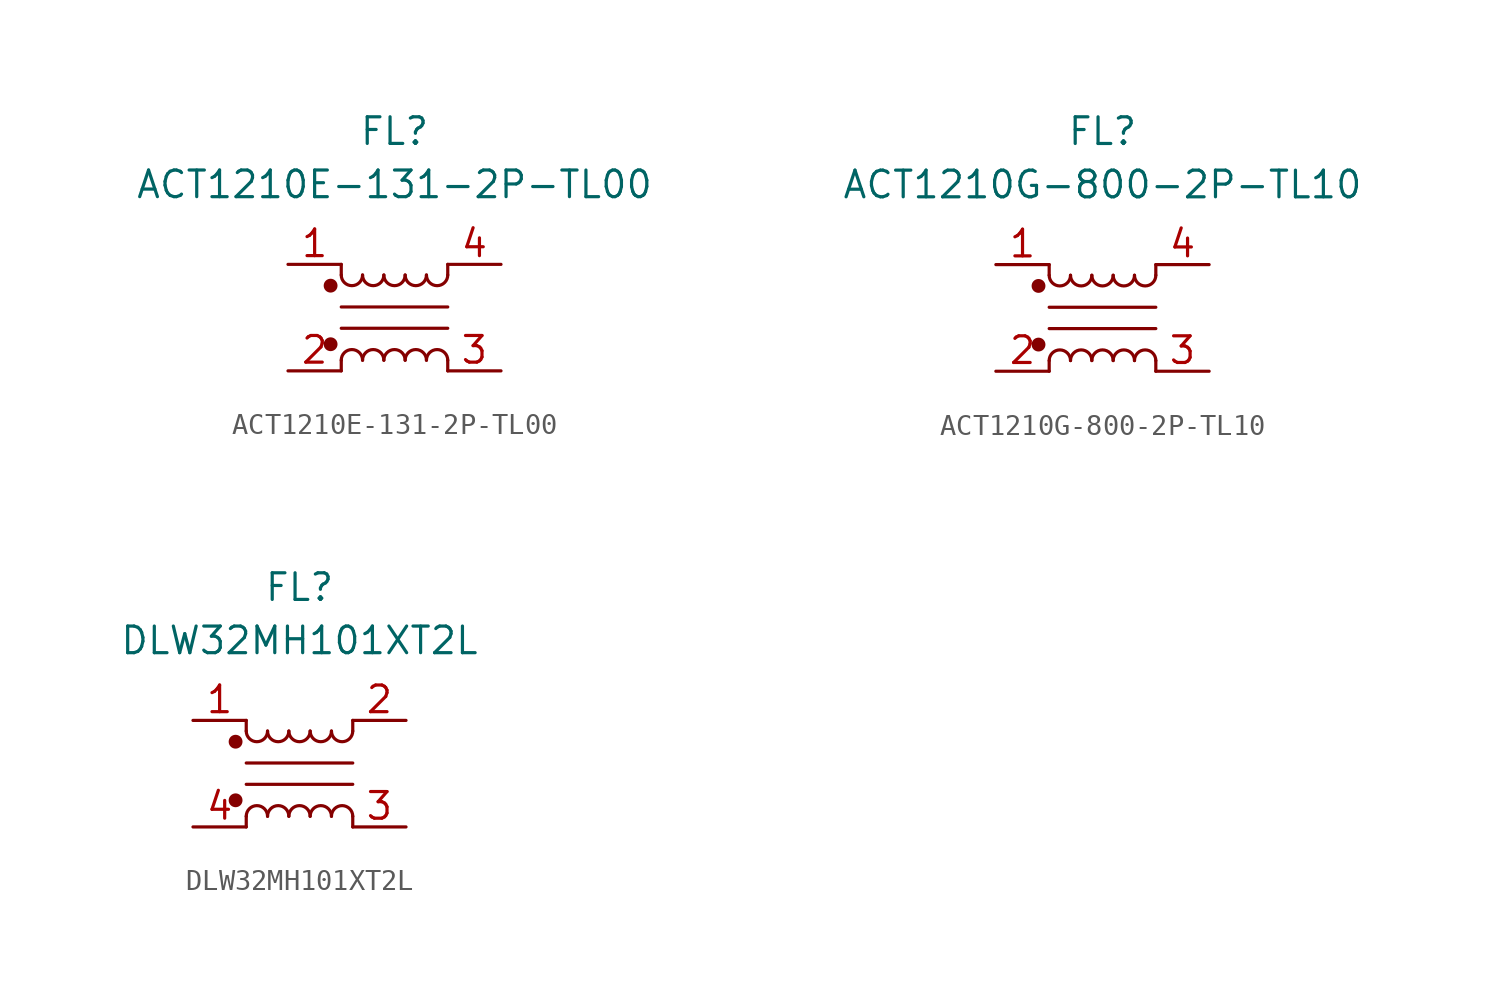
<source format=kicad_sym>
(kicad_symbol_lib
  (version 20241209)
  (generator "kicad_symbol_editor")
  (generator_version "9.0")
  (symbol "ACT1210E-131-2P-TL00"
    (pin_names
      (hide yes))
    (property "Reference" "FL"
      (at 0 6.35 0)
      (effects (font (size 1.27 1.27))))
    (property "Value" "ACT1210E-131-2P-TL00"
      (at 0 3.81 0)
      (effects (font (size 1.27 1.27))))
    (symbol "ACT1210E-131-2P-TL00_1_1"
      (circle (center -3.048 -1.016) (radius 0.254) (stroke (width 0) (type default)) (fill (type outline)))
      (circle (center -3.048 -3.81) (radius 0.254) (stroke (width 0) (type default)) (fill (type outline)))
      (polyline (pts (xy -2.54 -0.508) (xy -2.54 0)) (stroke (width 0) (type default)) (fill (type none)))
      (polyline (pts (xy -2.54 -2.032) (xy 2.54 -2.032)) (stroke (width 0) (type default)) (fill (type none)))
      (polyline (pts (xy -2.54 -4.572) (xy -2.54 -5.08)) (stroke (width 0) (type default)) (fill (type none)))
      (arc (start -1.524 -0.508) (mid -2.032 -1.0138) (end -2.54 -0.508) (stroke (width 0) (type default)) (fill (type none)))
      (arc (start -2.54 -4.572) (mid -2.032 -4.0662) (end -1.524 -4.572) (stroke (width 0) (type default)) (fill (type none)))
      (arc (start -0.508 -0.508) (mid -1.016 -1.0138) (end -1.524 -0.508) (stroke (width 0) (type default)) (fill (type none)))
      (arc (start -1.524 -4.572) (mid -1.016 -4.0662) (end -0.508 -4.572) (stroke (width 0) (type default)) (fill (type none)))
      (arc (start 0.508 -0.508) (mid 0 -1.0138) (end -0.508 -0.508) (stroke (width 0) (type default)) (fill (type none)))
      (arc (start -0.508 -4.572) (mid 0 -4.0662) (end 0.508 -4.572) (stroke (width 0) (type default)) (fill (type none)))
      (arc (start 1.524 -0.508) (mid 1.016 -1.0138) (end 0.508 -0.508) (stroke (width 0) (type default)) (fill (type none)))
      (arc (start 0.508 -4.572) (mid 1.016 -4.0662) (end 1.524 -4.572) (stroke (width 0) (type default)) (fill (type none)))
      (arc (start 2.54 -0.508) (mid 2.032 -1.0138) (end 1.524 -0.508) (stroke (width 0) (type default)) (fill (type none)))
      (arc (start 1.524 -4.572) (mid 2.032 -4.0662) (end 2.54 -4.572) (stroke (width 0) (type default)) (fill (type none)))
      (polyline (pts (xy 2.54 0) (xy 2.54 -0.508)) (stroke (width 0) (type default)) (fill (type none)))
      (polyline (pts (xy 2.54 -3.048) (xy -2.54 -3.048)) (stroke (width 0) (type default)) (fill (type none)))
      (polyline (pts (xy 2.54 -4.572) (xy 2.54 -5.08)) (stroke (width 0) (type default)) (fill (type none)))
      (pin passive line (at -5.08 0 0) (length 2.54) (name "1" (effects (font (size 1.27 1.27)))) (number "1" (effects (font (size 1.27 1.27)))))
      (pin passive line (at -5.08 -5.08 0) (length 2.54) (name "2" (effects (font (size 1.27 1.27)))) (number "2" (effects (font (size 1.27 1.27)))))
      (pin passive line (at 5.08 0 180) (length 2.54) (name "4" (effects (font (size 1.27 1.27)))) (number "4" (effects (font (size 1.27 1.27)))))
      (pin passive line (at 5.08 -5.08 180) (length 2.54) (name "3" (effects (font (size 1.27 1.27)))) (number "3" (effects (font (size 1.27 1.27)))))))
  (symbol "ACT1210G-800-2P-TL10"
    (pin_names
      (hide yes))
    (property "Reference" "FL"
      (at 0 6.35 0)
      (effects (font (size 1.27 1.27))))
    (property "Value" "ACT1210G-800-2P-TL10"
      (at 0 3.81 0)
      (effects (font (size 1.27 1.27))))
    (symbol "ACT1210G-800-2P-TL10_1_1"
      (circle (center -3.048 -1.016) (radius 0.254) (stroke (width 0) (type default)) (fill (type outline)))
      (circle (center -3.048 -3.81) (radius 0.254) (stroke (width 0) (type default)) (fill (type outline)))
      (polyline (pts (xy -2.54 -0.508) (xy -2.54 0)) (stroke (width 0) (type default)) (fill (type none)))
      (polyline (pts (xy -2.54 -2.032) (xy 2.54 -2.032)) (stroke (width 0) (type default)) (fill (type none)))
      (polyline (pts (xy -2.54 -4.572) (xy -2.54 -5.08)) (stroke (width 0) (type default)) (fill (type none)))
      (arc (start -1.524 -0.508) (mid -2.032 -1.0138) (end -2.54 -0.508) (stroke (width 0) (type default)) (fill (type none)))
      (arc (start -2.54 -4.572) (mid -2.032 -4.0662) (end -1.524 -4.572) (stroke (width 0) (type default)) (fill (type none)))
      (arc (start -0.508 -0.508) (mid -1.016 -1.0138) (end -1.524 -0.508) (stroke (width 0) (type default)) (fill (type none)))
      (arc (start -1.524 -4.572) (mid -1.016 -4.0662) (end -0.508 -4.572) (stroke (width 0) (type default)) (fill (type none)))
      (arc (start 0.508 -0.508) (mid 0 -1.0138) (end -0.508 -0.508) (stroke (width 0) (type default)) (fill (type none)))
      (arc (start -0.508 -4.572) (mid 0 -4.0662) (end 0.508 -4.572) (stroke (width 0) (type default)) (fill (type none)))
      (arc (start 1.524 -0.508) (mid 1.016 -1.0138) (end 0.508 -0.508) (stroke (width 0) (type default)) (fill (type none)))
      (arc (start 0.508 -4.572) (mid 1.016 -4.0662) (end 1.524 -4.572) (stroke (width 0) (type default)) (fill (type none)))
      (arc (start 2.54 -0.508) (mid 2.032 -1.0138) (end 1.524 -0.508) (stroke (width 0) (type default)) (fill (type none)))
      (arc (start 1.524 -4.572) (mid 2.032 -4.0662) (end 2.54 -4.572) (stroke (width 0) (type default)) (fill (type none)))
      (polyline (pts (xy 2.54 0) (xy 2.54 -0.508)) (stroke (width 0) (type default)) (fill (type none)))
      (polyline (pts (xy 2.54 -3.048) (xy -2.54 -3.048)) (stroke (width 0) (type default)) (fill (type none)))
      (polyline (pts (xy 2.54 -4.572) (xy 2.54 -5.08)) (stroke (width 0) (type default)) (fill (type none)))
      (pin passive line (at -5.08 0 0) (length 2.54) (name "1" (effects (font (size 1.27 1.27)))) (number "1" (effects (font (size 1.27 1.27)))))
      (pin passive line (at -5.08 -5.08 0) (length 2.54) (name "2" (effects (font (size 1.27 1.27)))) (number "2" (effects (font (size 1.27 1.27)))))
      (pin passive line (at 5.08 0 180) (length 2.54) (name "4" (effects (font (size 1.27 1.27)))) (number "4" (effects (font (size 1.27 1.27)))))
      (pin passive line (at 5.08 -5.08 180) (length 2.54) (name "3" (effects (font (size 1.27 1.27)))) (number "3" (effects (font (size 1.27 1.27)))))))
  (symbol "DLW32MH101XT2L"
    (pin_names
      (hide yes))
    (property "Reference" "FL"
      (at 0 6.35 0)
      (effects (font (size 1.27 1.27))))
    (property "Value" "DLW32MH101XT2L"
      (at 0 3.81 0)
      (effects (font (size 1.27 1.27))))
    (symbol "DLW32MH101XT2L_1_1"
      (circle (center -3.048 -1.016) (radius 0.254) (stroke (width 0) (type default)) (fill (type outline)))
      (circle (center -3.048 -3.81) (radius 0.254) (stroke (width 0) (type default)) (fill (type outline)))
      (polyline (pts (xy -2.54 -0.508) (xy -2.54 0)) (stroke (width 0) (type default)) (fill (type none)))
      (polyline (pts (xy -2.54 -2.032) (xy 2.54 -2.032)) (stroke (width 0) (type default)) (fill (type none)))
      (polyline (pts (xy -2.54 -4.572) (xy -2.54 -5.08)) (stroke (width 0) (type default)) (fill (type none)))
      (arc (start -1.524 -0.508) (mid -2.032 -1.0138) (end -2.54 -0.508) (stroke (width 0) (type default)) (fill (type none)))
      (arc (start -2.54 -4.572) (mid -2.032 -4.0662) (end -1.524 -4.572) (stroke (width 0) (type default)) (fill (type none)))
      (arc (start -0.508 -0.508) (mid -1.016 -1.0138) (end -1.524 -0.508) (stroke (width 0) (type default)) (fill (type none)))
      (arc (start -1.524 -4.572) (mid -1.016 -4.0662) (end -0.508 -4.572) (stroke (width 0) (type default)) (fill (type none)))
      (arc (start 0.508 -0.508) (mid 0 -1.0138) (end -0.508 -0.508) (stroke (width 0) (type default)) (fill (type none)))
      (arc (start -0.508 -4.572) (mid 0 -4.0662) (end 0.508 -4.572) (stroke (width 0) (type default)) (fill (type none)))
      (arc (start 1.524 -0.508) (mid 1.016 -1.0138) (end 0.508 -0.508) (stroke (width 0) (type default)) (fill (type none)))
      (arc (start 0.508 -4.572) (mid 1.016 -4.0662) (end 1.524 -4.572) (stroke (width 0) (type default)) (fill (type none)))
      (arc (start 2.54 -0.508) (mid 2.032 -1.0138) (end 1.524 -0.508) (stroke (width 0) (type default)) (fill (type none)))
      (arc (start 1.524 -4.572) (mid 2.032 -4.0662) (end 2.54 -4.572) (stroke (width 0) (type default)) (fill (type none)))
      (polyline (pts (xy 2.54 0) (xy 2.54 -0.508)) (stroke (width 0) (type default)) (fill (type none)))
      (polyline (pts (xy 2.54 -3.048) (xy -2.54 -3.048)) (stroke (width 0) (type default)) (fill (type none)))
      (polyline (pts (xy 2.54 -4.572) (xy 2.54 -5.08)) (stroke (width 0) (type default)) (fill (type none)))
      (pin passive line (at -5.08 0 0) (length 2.54) (name "1" (effects (font (size 1.27 1.27)))) (number "1" (effects (font (size 1.27 1.27)))))
      (pin passive line (at -5.08 -5.08 0) (length 2.54) (name "4" (effects (font (size 1.27 1.27)))) (number "4" (effects (font (size 1.27 1.27)))))
      (pin passive line (at 5.08 0 180) (length 2.54) (name "2" (effects (font (size 1.27 1.27)))) (number "2" (effects (font (size 1.27 1.27)))))
      (pin passive line (at 5.08 -5.08 180) (length 2.54) (name "3" (effects (font (size 1.27 1.27)))) (number "3" (effects (font (size 1.27 1.27))))))))
</source>
